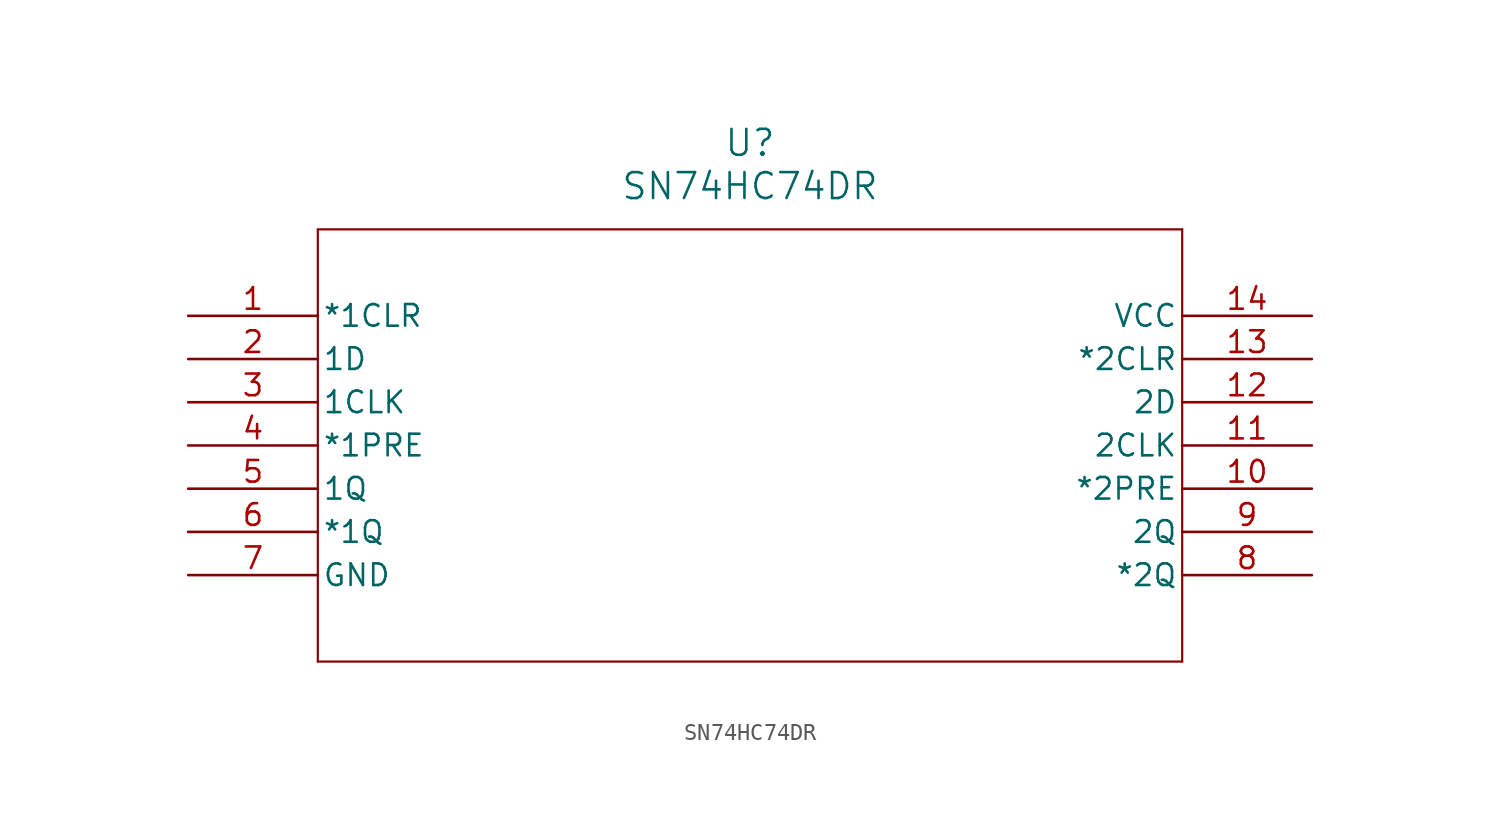
<source format=kicad_sym>
(kicad_symbol_lib
  (version 20211014)
  (generator kicad_symbol_editor)
  (symbol "SN74HC74DR"
    (pin_names
      (offset 0.254))
    (property "Reference" "U"
      (at 33.02 10.16 0)
      (effects (font (size 1.524 1.524))))
    (property "Value" "SN74HC74DR"
      (at 33.02 7.62 0)
      (effects (font (size 1.524 1.524))))
    (polyline
      (pts (xy 7.62 5.08) (xy 7.62 -20.32))
      (stroke (width 0.127) (type default) (color 0 0 0 0))
      (fill (type none)))
    (polyline
      (pts (xy 7.62 -20.32) (xy 58.42 -20.32))
      (stroke (width 0.127) (type default) (color 0 0 0 0))
      (fill (type none)))
    (polyline
      (pts (xy 58.42 -20.32) (xy 58.42 5.08))
      (stroke (width 0.127) (type default) (color 0 0 0 0))
      (fill (type none)))
    (polyline
      (pts (xy 58.42 5.08) (xy 7.62 5.08))
      (stroke (width 0.127) (type default) (color 0 0 0 0))
      (fill (type none)))
    (pin input line
      (at 0 0 0)
      (length 7.62)
      (name "*1CLR" (effects (font (size 1.27 1.27))))
      (number "1" (effects (font (size 1.27 1.27)))))
    (pin input line
      (at 0 -2.54 0)
      (length 7.62)
      (name "1D" (effects (font (size 1.27 1.27))))
      (number "2" (effects (font (size 1.27 1.27)))))
    (pin input line
      (at 0 -5.08 0)
      (length 7.62)
      (name "1CLK" (effects (font (size 1.27 1.27))))
      (number "3" (effects (font (size 1.27 1.27)))))
    (pin input line
      (at 0 -7.62 0)
      (length 7.62)
      (name "*1PRE" (effects (font (size 1.27 1.27))))
      (number "4" (effects (font (size 1.27 1.27)))))
    (pin output line
      (at 0 -10.16 0)
      (length 7.62)
      (name "1Q" (effects (font (size 1.27 1.27))))
      (number "5" (effects (font (size 1.27 1.27)))))
    (pin output line
      (at 0 -12.7 0)
      (length 7.62)
      (name "*1Q" (effects (font (size 1.27 1.27))))
      (number "6" (effects (font (size 1.27 1.27)))))
    (pin power_in line
      (at 0 -15.24 0)
      (length 7.62)
      (name "GND" (effects (font (size 1.27 1.27))))
      (number "7" (effects (font (size 1.27 1.27)))))
    (pin output line
      (at 66.04 -15.24 180)
      (length 7.62)
      (name "*2Q" (effects (font (size 1.27 1.27))))
      (number "8" (effects (font (size 1.27 1.27)))))
    (pin output line
      (at 66.04 -12.7 180)
      (length 7.62)
      (name "2Q" (effects (font (size 1.27 1.27))))
      (number "9" (effects (font (size 1.27 1.27)))))
    (pin input line
      (at 66.04 -10.16 180)
      (length 7.62)
      (name "*2PRE" (effects (font (size 1.27 1.27))))
      (number "10" (effects (font (size 1.27 1.27)))))
    (pin input line
      (at 66.04 -7.62 180)
      (length 7.62)
      (name "2CLK" (effects (font (size 1.27 1.27))))
      (number "11" (effects (font (size 1.27 1.27)))))
    (pin input line
      (at 66.04 -5.08 180)
      (length 7.62)
      (name "2D" (effects (font (size 1.27 1.27))))
      (number "12" (effects (font (size 1.27 1.27)))))
    (pin input line
      (at 66.04 -2.54 180)
      (length 7.62)
      (name "*2CLR" (effects (font (size 1.27 1.27))))
      (number "13" (effects (font (size 1.27 1.27)))))
    (pin power_in line
      (at 66.04 0 180)
      (length 7.62)
      (name "VCC" (effects (font (size 1.27 1.27))))
      (number "14" (effects (font (size 1.27 1.27)))))))
</source>
